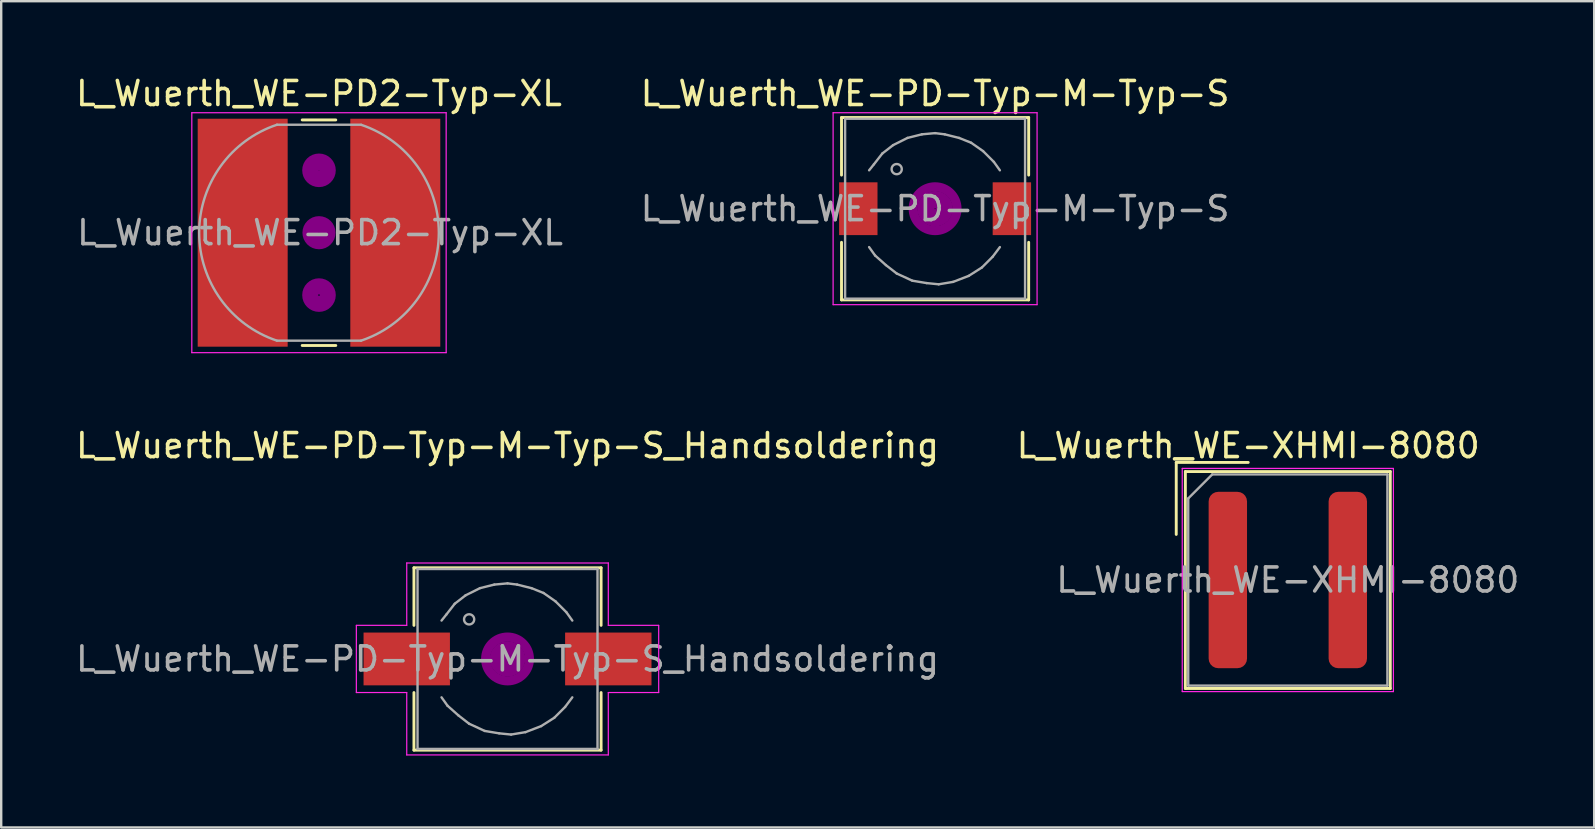
<source format=kicad_pcb>
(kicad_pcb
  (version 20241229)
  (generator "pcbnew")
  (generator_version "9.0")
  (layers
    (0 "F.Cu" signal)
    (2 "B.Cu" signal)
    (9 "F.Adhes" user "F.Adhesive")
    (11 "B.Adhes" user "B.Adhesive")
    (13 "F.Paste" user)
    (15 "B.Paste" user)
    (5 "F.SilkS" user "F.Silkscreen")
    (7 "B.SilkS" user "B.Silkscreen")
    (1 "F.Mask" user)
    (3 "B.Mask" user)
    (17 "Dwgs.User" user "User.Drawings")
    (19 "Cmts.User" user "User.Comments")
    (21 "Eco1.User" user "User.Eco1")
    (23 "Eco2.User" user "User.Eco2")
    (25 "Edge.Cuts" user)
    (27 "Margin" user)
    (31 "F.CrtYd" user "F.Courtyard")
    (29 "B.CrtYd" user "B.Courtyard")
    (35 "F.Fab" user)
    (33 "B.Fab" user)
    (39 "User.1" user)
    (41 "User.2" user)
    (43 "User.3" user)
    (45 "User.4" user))
  (footprint "L_Wuerth_WE-XHMI-8080"
    (layer "F.Cu")
    (at 50.62 21.122)
    (property "Reference" "L_Wuerth_WE-XHMI-8080" (at -1.65 -5.6 0) (layer "F.SilkS") (effects (font (size 1 1) (thickness 0.15))))
    (attr smd)
    (fp_line (start -4.65 -4.9) (end -1.65 -4.9) (stroke (width 0.12) (type solid)) (layer "F.SilkS"))
    (fp_line (start -4.65 -1.9) (end -4.65 -4.9) (stroke (width 0.12) (type solid)) (layer "F.SilkS"))
    (fp_line (start -4.27 -4.52) (end -4.27 4.52) (stroke (width 0.12) (type solid)) (layer "F.SilkS"))
    (fp_line (start -4.27 -4.52) (end 4.27 -4.52) (stroke (width 0.12) (type solid)) (layer "F.SilkS"))
    (fp_line (start -4.27 4.52) (end 4.27 4.52) (stroke (width 0.12) (type solid)) (layer "F.SilkS"))
    (fp_line (start 4.27 -4.52) (end 4.27 4.52) (stroke (width 0.12) (type solid)) (layer "F.SilkS"))
    (fp_line (start -4.4 -4.65) (end -4.4 4.65) (stroke (width 0.05) (type solid)) (layer "F.CrtYd"))
    (fp_line (start -4.4 -4.65) (end 4.4 -4.65) (stroke (width 0.05) (type solid)) (layer "F.CrtYd"))
    (fp_line (start -4.4 4.65) (end 4.4 4.65) (stroke (width 0.05) (type solid)) (layer "F.CrtYd"))
    (fp_line (start 4.4 -4.65) (end 4.4 4.65) (stroke (width 0.05) (type solid)) (layer "F.CrtYd"))
    (fp_line (start -4.15 -3.4) (end -3.15 -4.4) (stroke (width 0.1) (type solid)) (layer "F.Fab"))
    (fp_line (start -4.15 4.4) (end -4.15 -3.4) (stroke (width 0.1) (type solid)) (layer "F.Fab"))
    (fp_line (start -3.15 -4.4) (end 4.15 -4.4) (stroke (width 0.1) (type solid)) (layer "F.Fab"))
    (fp_line (start 4.15 -4.4) (end 4.15 4.4) (stroke (width 0.1) (type solid)) (layer "F.Fab"))
    (fp_line (start 4.15 4.4) (end -4.15 4.4) (stroke (width 0.1) (type solid)) (layer "F.Fab"))
    (fp_text user "${REFERENCE}" (at 0 0 0) (layer "F.Fab") (effects (font (size 1 1) (thickness 0.15))))
    (pad "1" smd roundrect (at -2.5 0) (size 1.6 7.35) (layers "F.Cu" "F.Mask" "F.Paste") (roundrect_rratio 0.25))
    (pad "2" smd roundrect (at 2.5 0) (size 1.6 7.35) (layers "F.Cu" "F.Mask" "F.Paste") (roundrect_rratio 0.25)))
  (footprint "L_Wuerth_WE-PD-Typ-M-Typ-S"
    (layer "F.Cu")
    (at 35.92 5.648)
    (property "Reference" "L_Wuerth_WE-PD-Typ-M-Typ-S" (at 0 -4.8 0) (layer "F.SilkS") (effects (font (size 1 1) (thickness 0.15))))
    (attr smd)
    (fp_line (start -3.9 -1.4) (end -3.9 -3.8) (stroke (width 0.12) (type solid)) (layer "F.SilkS"))
    (fp_line (start -3.9 1.4) (end -3.9 3.8) (stroke (width 0.12) (type solid)) (layer "F.SilkS"))
    (fp_line (start -3.9 3.8) (end 3.9 3.8) (stroke (width 0.12) (type solid)) (layer "F.SilkS"))
    (fp_line (start 3.9 -3.8) (end -3.9 -3.8) (stroke (width 0.12) (type solid)) (layer "F.SilkS"))
    (fp_line (start 3.9 -1.4) (end 3.9 -3.8) (stroke (width 0.12) (type solid)) (layer "F.SilkS"))
    (fp_line (start 3.9 3.8) (end 3.9 1.4) (stroke (width 0.12) (type solid)) (layer "F.SilkS"))
    (fp_circle (center 0 0) (end 0.15 0.15) (stroke (width 0.38) (type solid)) (fill no) (layer "F.Adhes"))
    (fp_circle (center 0 0) (end 0.55 0.05) (stroke (width 0.38) (type solid)) (fill no) (layer "F.Adhes"))
    (fp_circle (center 0 0) (end 0.9 0.15) (stroke (width 0.38) (type solid)) (fill no) (layer "F.Adhes"))
    (fp_line (start -4.25 -4) (end 4.25 -4) (stroke (width 0.05) (type solid)) (layer "F.CrtYd"))
    (fp_line (start -4.25 4) (end -4.25 -4) (stroke (width 0.05) (type solid)) (layer "F.CrtYd"))
    (fp_line (start 4.25 -4) (end 4.25 4) (stroke (width 0.05) (type solid)) (layer "F.CrtYd"))
    (fp_line (start 4.25 4) (end -4.25 4) (stroke (width 0.05) (type solid)) (layer "F.CrtYd"))
    (fp_line (start -3.75 -3.75) (end -3.75 3.75) (stroke (width 0.1) (type solid)) (layer "F.Fab"))
    (fp_line (start -3.75 3.75) (end 3.75 3.75) (stroke (width 0.1) (type solid)) (layer "F.Fab"))
    (fp_line (start -2.75 1.6) (end -2.5 1.95) (stroke (width 0.1) (type solid)) (layer "F.Fab"))
    (fp_line (start -2.55 -1.85) (end -2.75 -1.6) (stroke (width 0.1) (type solid)) (layer "F.Fab"))
    (fp_line (start -2.5 1.95) (end -2.05 2.35) (stroke (width 0.1) (type solid)) (layer "F.Fab"))
    (fp_line (start -2.2 -2.3) (end -2.55 -1.85) (stroke (width 0.1) (type solid)) (layer "F.Fab"))
    (fp_line (start -2.05 2.35) (end -1.6 2.7) (stroke (width 0.1) (type solid)) (layer "F.Fab"))
    (fp_line (start -1.75 -2.65) (end -2.2 -2.3) (stroke (width 0.1) (type solid)) (layer "F.Fab"))
    (fp_line (start -1.6 2.7) (end -0.95 3) (stroke (width 0.1) (type solid)) (layer "F.Fab"))
    (fp_line (start -1.15 -2.95) (end -1.75 -2.65) (stroke (width 0.1) (type solid)) (layer "F.Fab"))
    (fp_line (start -0.95 3) (end -0.35 3.1) (stroke (width 0.1) (type solid)) (layer "F.Fab"))
    (fp_line (start -0.55 -3.1) (end -1.15 -2.95) (stroke (width 0.1) (type solid)) (layer "F.Fab"))
    (fp_line (start -0.35 3.1) (end 0.15 3.15) (stroke (width 0.1) (type solid)) (layer "F.Fab"))
    (fp_line (start 0 -3.15) (end -0.55 -3.1) (stroke (width 0.1) (type solid)) (layer "F.Fab"))
    (fp_line (start 0.15 3.15) (end 0.75 3.05) (stroke (width 0.1) (type solid)) (layer "F.Fab"))
    (fp_line (start 0.4 -3.1) (end 0 -3.15) (stroke (width 0.1) (type solid)) (layer "F.Fab"))
    (fp_line (start 0.75 3.05) (end 1.4 2.8) (stroke (width 0.1) (type solid)) (layer "F.Fab"))
    (fp_line (start 1 -2.95) (end 0.4 -3.1) (stroke (width 0.1) (type solid)) (layer "F.Fab"))
    (fp_line (start 1.4 2.8) (end 1.95 2.45) (stroke (width 0.1) (type solid)) (layer "F.Fab"))
    (fp_line (start 1.5 -2.75) (end 1 -2.95) (stroke (width 0.1) (type solid)) (layer "F.Fab"))
    (fp_line (start 1.95 2.45) (end 2.4 2) (stroke (width 0.1) (type solid)) (layer "F.Fab"))
    (fp_line (start 2 -2.4) (end 1.5 -2.75) (stroke (width 0.1) (type solid)) (layer "F.Fab"))
    (fp_line (start 2.4 2) (end 2.7 1.6) (stroke (width 0.1) (type solid)) (layer "F.Fab"))
    (fp_line (start 2.45 -1.95) (end 2 -2.4) (stroke (width 0.1) (type solid)) (layer "F.Fab"))
    (fp_line (start 2.7 -1.6) (end 2.45 -1.95) (stroke (width 0.1) (type solid)) (layer "F.Fab"))
    (fp_line (start 3.75 -3.75) (end -3.75 -3.75) (stroke (width 0.1) (type solid)) (layer "F.Fab"))
    (fp_line (start 3.75 3.75) (end 3.75 -3.75) (stroke (width 0.1) (type solid)) (layer "F.Fab"))
    (fp_circle (center -1.6 -1.65) (end -1.45 -1.5) (stroke (width 0.1) (type solid)) (fill no) (layer "F.Fab"))
    (fp_text user "${REFERENCE}" (at 0 0 0) (layer "F.Fab") (effects (font (size 1 1) (thickness 0.15))))
    (pad "1" smd rect (at -3.2 0) (size 1.6 2.2) (layers "F.Cu" "F.Mask" "F.Paste"))
    (pad "2" smd rect (at 3.2 0) (size 1.6 2.2) (layers "F.Cu" "F.Mask" "F.Paste")))
  (footprint "L_Wuerth_WE-PD2-Typ-XL"
    (layer "F.Cu")
    (at 10.244 6.648)
    (property "Reference" "L_Wuerth_WE-PD2-Typ-XL" (at 0 -5.8 0) (layer "F.SilkS") (effects (font (size 1 1) (thickness 0.15))))
    (attr smd)
    (fp_line (start -0.7 -4.7) (end 0.7 -4.7) (stroke (width 0.12) (type solid)) (layer "F.SilkS"))
    (fp_line (start -0.7 4.7) (end 0.7 4.7) (stroke (width 0.12) (type solid)) (layer "F.SilkS"))
    (fp_circle (center 0 -2.6) (end 0.2 -2.6) (stroke (width 0.38) (type solid)) (fill no) (layer "F.Adhes"))
    (fp_circle (center 0 -2.6) (end 0.5 -2.5) (stroke (width 0.38) (type solid)) (fill no) (layer "F.Adhes"))
    (fp_circle (center 0 0) (end 0.2 0) (stroke (width 0.38) (type solid)) (fill no) (layer "F.Adhes"))
    (fp_circle (center 0 0) (end 0.5 0) (stroke (width 0.38) (type solid)) (fill no) (layer "F.Adhes"))
    (fp_circle (center 0 2.6) (end 0.1 2.8) (stroke (width 0.38) (type solid)) (fill no) (layer "F.Adhes"))
    (fp_circle (center 0 2.6) (end 0.5 2.7) (stroke (width 0.38) (type solid)) (fill no) (layer "F.Adhes"))
    (fp_line (start -5.3 -5) (end -5.3 5) (stroke (width 0.05) (type solid)) (layer "F.CrtYd"))
    (fp_line (start -5.3 5) (end 5.3 5) (stroke (width 0.05) (type solid)) (layer "F.CrtYd"))
    (fp_line (start 5.3 -5) (end -5.3 -5) (stroke (width 0.05) (type solid)) (layer "F.CrtYd"))
    (fp_line (start 5.3 5) (end 5.3 -5) (stroke (width 0.05) (type solid)) (layer "F.CrtYd"))
    (fp_line (start -1.75 4.5) (end 1.75 4.5) (stroke (width 0.1) (type solid)) (layer "F.Fab"))
    (fp_line (start 1.75 -4.5) (end -1.75 -4.5) (stroke (width 0.1) (type solid)) (layer "F.Fab"))
    (fp_arc (start -1.760214 4.496582) (mid -4.993413 -0.005385) (end -1.75 -4.5) (stroke (width 0.1) (type solid)) (layer "F.Fab"))
    (fp_arc (start 1.760214 -4.496582) (mid 4.993413 0.005385) (end 1.75 4.5) (stroke (width 0.1) (type solid)) (layer "F.Fab"))
    (fp_text user "${REFERENCE}" (at 0.045 0 0) (layer "F.Fab") (effects (font (size 1 1) (thickness 0.15))))
    (pad "1" smd rect (at -3.18 0) (size 3.75 9.5) (layers "F.Cu" "F.Mask" "F.Paste"))
    (pad "2" smd rect (at 3.18 0) (size 3.75 9.5) (layers "F.Cu" "F.Mask" "F.Paste")))
  (footprint "L_Wuerth_WE-PD-Typ-M-Typ-S_Handsoldering"
    (layer "F.Cu")
    (at 18.101 24.412)
    (property "Reference" "L_Wuerth_WE-PD-Typ-M-Typ-S_Handsoldering" (at 0 -8.89 0) (layer "F.SilkS") (effects (font (size 1 1) (thickness 0.15))))
    (attr smd)
    (fp_line (start -3.9 -1.4) (end -3.9 -3.8) (stroke (width 0.12) (type solid)) (layer "F.SilkS"))
    (fp_line (start -3.9 1.4) (end -3.9 3.8) (stroke (width 0.12) (type solid)) (layer "F.SilkS"))
    (fp_line (start -3.9 3.8) (end 3.9 3.8) (stroke (width 0.12) (type solid)) (layer "F.SilkS"))
    (fp_line (start 3.9 -3.8) (end -3.9 -3.8) (stroke (width 0.12) (type solid)) (layer "F.SilkS"))
    (fp_line (start 3.9 -1.4) (end 3.9 -3.8) (stroke (width 0.12) (type solid)) (layer "F.SilkS"))
    (fp_line (start 3.9 3.8) (end 3.9 1.4) (stroke (width 0.12) (type solid)) (layer "F.SilkS"))
    (fp_circle (center 0 0) (end 0.15 0.15) (stroke (width 0.38) (type solid)) (fill no) (layer "F.Adhes"))
    (fp_circle (center 0 0) (end 0.55 0.05) (stroke (width 0.38) (type solid)) (fill no) (layer "F.Adhes"))
    (fp_circle (center 0 0) (end 0.9 0.15) (stroke (width 0.38) (type solid)) (fill no) (layer "F.Adhes"))
    (fp_line (start -6.3 -1.4) (end -6.3 1.4) (stroke (width 0.05) (type solid)) (layer "F.CrtYd"))
    (fp_line (start -6.3 1.4) (end -4.2 1.4) (stroke (width 0.05) (type solid)) (layer "F.CrtYd"))
    (fp_line (start -4.2 -4) (end -4.2 -1.4) (stroke (width 0.05) (type solid)) (layer "F.CrtYd"))
    (fp_line (start -4.2 -1.4) (end -6.3 -1.4) (stroke (width 0.05) (type solid)) (layer "F.CrtYd"))
    (fp_line (start -4.2 1.4) (end -4.2 4) (stroke (width 0.05) (type solid)) (layer "F.CrtYd"))
    (fp_line (start -4.2 4) (end 4.2 4) (stroke (width 0.05) (type solid)) (layer "F.CrtYd"))
    (fp_line (start 4.2 -4) (end -4.2 -4) (stroke (width 0.05) (type solid)) (layer "F.CrtYd"))
    (fp_line (start 4.2 -1.4) (end 4.2 -4) (stroke (width 0.05) (type solid)) (layer "F.CrtYd"))
    (fp_line (start 4.2 1.4) (end 6.3 1.4) (stroke (width 0.05) (type solid)) (layer "F.CrtYd"))
    (fp_line (start 4.2 4) (end 4.2 1.4) (stroke (width 0.05) (type solid)) (layer "F.CrtYd"))
    (fp_line (start 6.3 -1.4) (end 4.2 -1.4) (stroke (width 0.05) (type solid)) (layer "F.CrtYd"))
    (fp_line (start 6.3 1.4) (end 6.3 -1.4) (stroke (width 0.05) (type solid)) (layer "F.CrtYd"))
    (fp_line (start -3.75 -3.75) (end -3.75 3.75) (stroke (width 0.1) (type solid)) (layer "F.Fab"))
    (fp_line (start -3.75 3.75) (end 3.75 3.75) (stroke (width 0.1) (type solid)) (layer "F.Fab"))
    (fp_line (start -2.75 1.6) (end -2.5 1.95) (stroke (width 0.1) (type solid)) (layer "F.Fab"))
    (fp_line (start -2.55 -1.85) (end -2.75 -1.6) (stroke (width 0.1) (type solid)) (layer "F.Fab"))
    (fp_line (start -2.5 1.95) (end -2.05 2.35) (stroke (width 0.1) (type solid)) (layer "F.Fab"))
    (fp_line (start -2.2 -2.3) (end -2.55 -1.85) (stroke (width 0.1) (type solid)) (layer "F.Fab"))
    (fp_line (start -2.05 2.35) (end -1.6 2.7) (stroke (width 0.1) (type solid)) (layer "F.Fab"))
    (fp_line (start -1.75 -2.65) (end -2.2 -2.3) (stroke (width 0.1) (type solid)) (layer "F.Fab"))
    (fp_line (start -1.6 2.7) (end -0.95 3) (stroke (width 0.1) (type solid)) (layer "F.Fab"))
    (fp_line (start -1.15 -2.95) (end -1.75 -2.65) (stroke (width 0.1) (type solid)) (layer "F.Fab"))
    (fp_line (start -0.95 3) (end -0.35 3.1) (stroke (width 0.1) (type solid)) (layer "F.Fab"))
    (fp_line (start -0.55 -3.1) (end -1.15 -2.95) (stroke (width 0.1) (type solid)) (layer "F.Fab"))
    (fp_line (start -0.35 3.1) (end 0.15 3.15) (stroke (width 0.1) (type solid)) (layer "F.Fab"))
    (fp_line (start 0 -3.15) (end -0.55 -3.1) (stroke (width 0.1) (type solid)) (layer "F.Fab"))
    (fp_line (start 0.15 3.15) (end 0.75 3.05) (stroke (width 0.1) (type solid)) (layer "F.Fab"))
    (fp_line (start 0.4 -3.1) (end 0 -3.15) (stroke (width 0.1) (type solid)) (layer "F.Fab"))
    (fp_line (start 0.75 3.05) (end 1.4 2.8) (stroke (width 0.1) (type solid)) (layer "F.Fab"))
    (fp_line (start 1 -2.95) (end 0.4 -3.1) (stroke (width 0.1) (type solid)) (layer "F.Fab"))
    (fp_line (start 1.4 2.8) (end 1.95 2.45) (stroke (width 0.1) (type solid)) (layer "F.Fab"))
    (fp_line (start 1.5 -2.75) (end 1 -2.95) (stroke (width 0.1) (type solid)) (layer "F.Fab"))
    (fp_line (start 1.95 2.45) (end 2.4 2) (stroke (width 0.1) (type solid)) (layer "F.Fab"))
    (fp_line (start 2 -2.4) (end 1.5 -2.75) (stroke (width 0.1) (type solid)) (layer "F.Fab"))
    (fp_line (start 2.4 2) (end 2.7 1.6) (stroke (width 0.1) (type solid)) (layer "F.Fab"))
    (fp_line (start 2.45 -1.95) (end 2 -2.4) (stroke (width 0.1) (type solid)) (layer "F.Fab"))
    (fp_line (start 2.7 -1.6) (end 2.45 -1.95) (stroke (width 0.1) (type solid)) (layer "F.Fab"))
    (fp_line (start 3.75 -3.75) (end -3.75 -3.75) (stroke (width 0.1) (type solid)) (layer "F.Fab"))
    (fp_line (start 3.75 3.75) (end 3.75 -3.75) (stroke (width 0.1) (type solid)) (layer "F.Fab"))
    (fp_circle (center -1.6 -1.65) (end -1.45 -1.5) (stroke (width 0.1) (type solid)) (fill no) (layer "F.Fab"))
    (fp_text user "${REFERENCE}" (at 0 0 0) (layer "F.Fab") (effects (font (size 1 1) (thickness 0.15))))
    (pad "1" smd rect (at -4.2 0) (size 3.6 2.2) (layers "F.Cu" "F.Mask" "F.Paste"))
    (pad "2" smd rect (at 4.2 0) (size 3.6 2.2) (layers "F.Cu" "F.Mask" "F.Paste")))
  (gr_rect
    (start -3 -3)
    (end 63.388 31.436)
    (stroke (width 0.1) (type default))
    (fill no)
    (layer "Edge.Cuts")))
</source>
